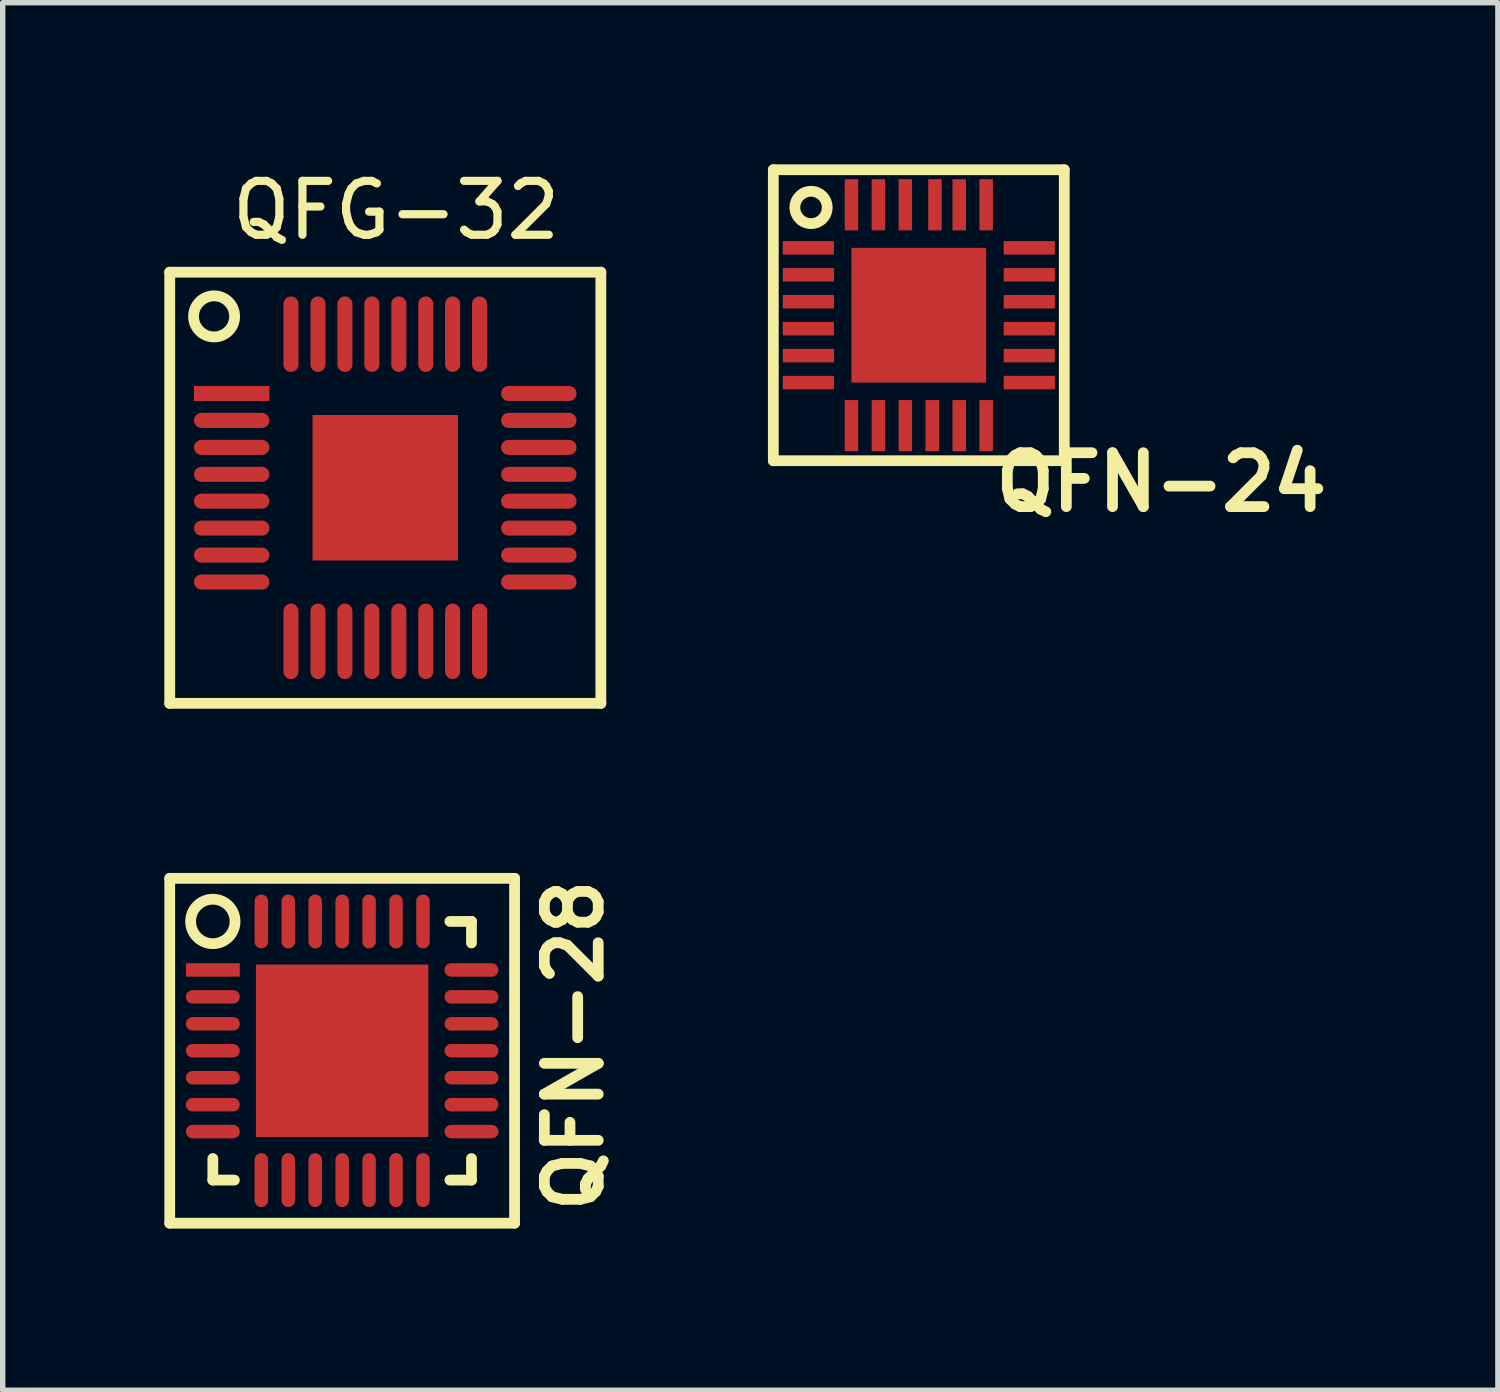
<source format=kicad_pcb>
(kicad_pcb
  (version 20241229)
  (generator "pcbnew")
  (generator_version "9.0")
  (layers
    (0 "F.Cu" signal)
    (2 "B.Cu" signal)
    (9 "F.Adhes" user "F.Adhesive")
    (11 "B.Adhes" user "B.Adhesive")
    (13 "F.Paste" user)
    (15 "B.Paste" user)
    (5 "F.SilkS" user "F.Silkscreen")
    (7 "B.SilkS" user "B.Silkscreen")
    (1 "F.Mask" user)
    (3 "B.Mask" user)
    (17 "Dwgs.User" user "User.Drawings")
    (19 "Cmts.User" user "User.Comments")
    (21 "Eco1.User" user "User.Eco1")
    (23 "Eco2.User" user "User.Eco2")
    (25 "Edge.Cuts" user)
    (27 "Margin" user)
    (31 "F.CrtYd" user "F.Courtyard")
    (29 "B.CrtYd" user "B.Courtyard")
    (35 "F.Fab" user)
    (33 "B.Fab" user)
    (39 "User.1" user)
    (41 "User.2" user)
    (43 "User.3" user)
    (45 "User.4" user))
  (footprint "QFN-28"
    (layer "F.Cu")
    (at 3.3 16.451)
    (property "Reference" "QFN-28" (at 4.3 -0.1 90) (layer "F.SilkS") (effects (font (size 1 1) (thickness 0.2))))
    (attr through_hole)
    (fp_line (start -3.2 -3.2) (end 3.2 -3.2) (stroke (width 0.2) (type solid)) (layer "F.SilkS"))
    (fp_line (start -3.2 3.2) (end -3.2 -3.2) (stroke (width 0.2) (type solid)) (layer "F.SilkS"))
    (fp_line (start -2.4 2.4) (end -2.4 2) (stroke (width 0.2) (type solid)) (layer "F.SilkS"))
    (fp_line (start -2 2.4) (end -2.4 2.4) (stroke (width 0.2) (type solid)) (layer "F.SilkS"))
    (fp_line (start 2 -2.4) (end 2.4 -2.4) (stroke (width 0.2) (type solid)) (layer "F.SilkS"))
    (fp_line (start 2 2.4) (end 2.4 2.4) (stroke (width 0.2) (type solid)) (layer "F.SilkS"))
    (fp_line (start 2.4 -2.4) (end 2.4 -2) (stroke (width 0.2) (type solid)) (layer "F.SilkS"))
    (fp_line (start 2.4 2.4) (end 2.4 2) (stroke (width 0.2) (type solid)) (layer "F.SilkS"))
    (fp_line (start 3.2 -3.2) (end 3.2 3.2) (stroke (width 0.2) (type solid)) (layer "F.SilkS"))
    (fp_line (start 3.2 3.2) (end -3.2 3.2) (stroke (width 0.2) (type solid)) (layer "F.SilkS"))
    (fp_circle (center -2.4 -2.4) (end -2 -2.3) (stroke (width 0.2) (type solid)) (fill no) (layer "F.SilkS"))
    (pad "1" smd rect (at -2.4 -1.5) (size 1 0.25) (layers "F.Cu" "F.Mask" "F.Paste"))
    (pad "2" smd oval (at -2.4 -1) (size 1 0.25) (layers "F.Cu" "F.Mask" "F.Paste"))
    (pad "3" smd oval (at -2.4 -0.5) (size 1 0.25) (layers "F.Cu" "F.Mask" "F.Paste"))
    (pad "4" smd oval (at -2.4 0) (size 1 0.25) (layers "F.Cu" "F.Mask" "F.Paste"))
    (pad "5" smd oval (at -2.4 0.5) (size 1 0.25) (layers "F.Cu" "F.Mask" "F.Paste"))
    (pad "6" smd oval (at -2.4 1) (size 1 0.25) (layers "F.Cu" "F.Mask" "F.Paste"))
    (pad "7" smd oval (at -2.4 1.5) (size 1 0.25) (layers "F.Cu" "F.Mask" "F.Paste"))
    (pad "8" smd oval (at -1.5 2.4) (size 0.25 1) (layers "F.Cu" "F.Mask" "F.Paste"))
    (pad "9" smd oval (at -1 2.4) (size 0.25 1) (layers "F.Cu" "F.Mask" "F.Paste"))
    (pad "10" smd oval (at -0.5 2.4) (size 0.25 1) (layers "F.Cu" "F.Mask" "F.Paste"))
    (pad "11" smd oval (at 0 2.4) (size 0.25 1) (layers "F.Cu" "F.Mask" "F.Paste"))
    (pad "12" smd oval (at 0.5 2.4) (size 0.25 1) (layers "F.Cu" "F.Mask" "F.Paste"))
    (pad "13" smd oval (at 1 2.4) (size 0.25 1) (layers "F.Cu" "F.Mask" "F.Paste"))
    (pad "14" smd oval (at 1.5 2.4) (size 0.25 1) (layers "F.Cu" "F.Mask" "F.Paste"))
    (pad "15" smd oval (at 2.4 1.5) (size 1 0.25) (layers "F.Cu" "F.Mask" "F.Paste"))
    (pad "16" smd oval (at 2.4 1) (size 1 0.25) (layers "F.Cu" "F.Mask" "F.Paste"))
    (pad "17" smd oval (at 2.4 0.5) (size 1 0.25) (layers "F.Cu" "F.Mask" "F.Paste"))
    (pad "18" smd oval (at 2.4 0) (size 1 0.25) (layers "F.Cu" "F.Mask" "F.Paste"))
    (pad "19" smd oval (at 2.4 -0.5) (size 1 0.25) (layers "F.Cu" "F.Mask" "F.Paste"))
    (pad "20" smd oval (at 2.4 -1) (size 1 0.25) (layers "F.Cu" "F.Mask" "F.Paste"))
    (pad "21" smd oval (at 2.4 -1.5) (size 1 0.25) (layers "F.Cu" "F.Mask" "F.Paste"))
    (pad "22" smd oval (at 1.5 -2.4) (size 0.25 1) (layers "F.Cu" "F.Mask" "F.Paste"))
    (pad "23" smd oval (at 1 -2.4) (size 0.25 1) (layers "F.Cu" "F.Mask" "F.Paste"))
    (pad "24" smd oval (at 0.5 -2.4) (size 0.25 1) (layers "F.Cu" "F.Mask" "F.Paste"))
    (pad "25" smd oval (at 0 -2.4) (size 0.25 1) (layers "F.Cu" "F.Mask" "F.Paste"))
    (pad "26" smd oval (at -0.5 -2.4) (size 0.25 1) (layers "F.Cu" "F.Mask" "F.Paste"))
    (pad "27" smd oval (at -1 -2.4) (size 0.25 1) (layers "F.Cu" "F.Mask" "F.Paste"))
    (pad "28" smd oval (at -1.5 -2.4) (size 0.25 1) (layers "F.Cu" "F.Mask" "F.Paste"))
    (pad "29" smd rect (at 0 0) (size 3.2 3.2) (layers "F.Cu" "F.Mask" "F.Paste")))
  (footprint "QFG-32"
    (layer "F.Cu")
    (at 1.601 4.252)
    (property "Reference" "QFG-32" (at 2.7 -3.4 0) (layer "F.SilkS") (effects (font (size 1 1) (thickness 0.152))))
    (attr smd)
    (fp_line (start -1.501 -2.25) (end 6.5 -2.25) (stroke (width 0.201) (type solid)) (layer "F.SilkS"))
    (fp_line (start -1.501 5.751) (end -1.501 -2.25) (stroke (width 0.201) (type solid)) (layer "F.SilkS"))
    (fp_line (start 6.5 -2.25) (end 6.5 5.751) (stroke (width 0.201) (type solid)) (layer "F.SilkS"))
    (fp_line (start 6.5 5.751) (end -1.501 5.751) (stroke (width 0.201) (type solid)) (layer "F.SilkS"))
    (fp_circle (center -0.678 -1.43) (end -0.297 -1.43) (stroke (width 0.201) (type solid)) (fill no) (layer "F.SilkS"))
    (pad "1" smd rect (at -0.351 0) (size 1.4 0.279) (layers "F.Cu" "F.Mask" "F.Paste"))
    (pad "2" smd oval (at -0.351 0.5) (size 1.4 0.279) (layers "F.Cu" "F.Mask" "F.Paste"))
    (pad "3" smd oval (at -0.351 1.001) (size 1.4 0.279) (layers "F.Cu" "F.Mask" "F.Paste"))
    (pad "4" smd oval (at -0.351 1.501) (size 1.4 0.279) (layers "F.Cu" "F.Mask" "F.Paste"))
    (pad "5" smd oval (at -0.351 1.999) (size 1.4 0.279) (layers "F.Cu" "F.Mask" "F.Paste"))
    (pad "6" smd oval (at -0.351 2.499) (size 1.4 0.279) (layers "F.Cu" "F.Mask" "F.Paste"))
    (pad "7" smd oval (at -0.351 3) (size 1.4 0.279) (layers "F.Cu" "F.Mask" "F.Paste"))
    (pad "8" smd oval (at -0.351 3.5) (size 1.4 0.279) (layers "F.Cu" "F.Mask" "F.Paste"))
    (pad "9" smd oval (at 0.749 4.6 90) (size 1.4 0.279) (layers "F.Cu" "F.Mask" "F.Paste"))
    (pad "10" smd oval (at 1.25 4.6 90) (size 1.4 0.279) (layers "F.Cu" "F.Mask" "F.Paste"))
    (pad "11" smd oval (at 1.75 4.6 90) (size 1.4 0.279) (layers "F.Cu" "F.Mask" "F.Paste"))
    (pad "12" smd oval (at 2.25 4.6 90) (size 1.4 0.279) (layers "F.Cu" "F.Mask" "F.Paste"))
    (pad "13" smd oval (at 2.751 4.6 90) (size 1.4 0.279) (layers "F.Cu" "F.Mask" "F.Paste"))
    (pad "14" smd oval (at 3.251 4.6 90) (size 1.4 0.279) (layers "F.Cu" "F.Mask" "F.Paste"))
    (pad "15" smd oval (at 3.749 4.6 90) (size 1.4 0.279) (layers "F.Cu" "F.Mask" "F.Paste"))
    (pad "16" smd oval (at 4.249 4.6 90) (size 1.4 0.279) (layers "F.Cu" "F.Mask" "F.Paste"))
    (pad "17" smd oval (at 5.349 3.5) (size 1.4 0.279) (layers "F.Cu" "F.Mask" "F.Paste"))
    (pad "18" smd oval (at 5.349 3) (size 1.4 0.279) (layers "F.Cu" "F.Mask" "F.Paste"))
    (pad "19" smd oval (at 5.349 2.499) (size 1.4 0.279) (layers "F.Cu" "F.Mask" "F.Paste"))
    (pad "20" smd oval (at 5.349 1.999) (size 1.4 0.279) (layers "F.Cu" "F.Mask" "F.Paste"))
    (pad "21" smd oval (at 5.349 1.501) (size 1.4 0.279) (layers "F.Cu" "F.Mask" "F.Paste"))
    (pad "22" smd oval (at 5.349 1.001) (size 1.4 0.279) (layers "F.Cu" "F.Mask" "F.Paste"))
    (pad "23" smd oval (at 5.349 0.5) (size 1.4 0.279) (layers "F.Cu" "F.Mask" "F.Paste"))
    (pad "24" smd oval (at 5.349 0) (size 1.4 0.279) (layers "F.Cu" "F.Mask" "F.Paste"))
    (pad "25" smd oval (at 4.249 -1.1 90) (size 1.4 0.279) (layers "F.Cu" "F.Mask" "F.Paste"))
    (pad "26" smd oval (at 3.749 -1.1 90) (size 1.4 0.279) (layers "F.Cu" "F.Mask" "F.Paste"))
    (pad "27" smd oval (at 3.251 -1.1 90) (size 1.4 0.279) (layers "F.Cu" "F.Mask" "F.Paste"))
    (pad "28" smd oval (at 2.751 -1.1 90) (size 1.4 0.279) (layers "F.Cu" "F.Mask" "F.Paste"))
    (pad "29" smd oval (at 2.25 -1.1 90) (size 1.4 0.279) (layers "F.Cu" "F.Mask" "F.Paste"))
    (pad "30" smd oval (at 1.75 -1.1 90) (size 1.4 0.279) (layers "F.Cu" "F.Mask" "F.Paste"))
    (pad "31" smd oval (at 1.25 -1.1 90) (size 1.4 0.279) (layers "F.Cu" "F.Mask" "F.Paste"))
    (pad "32" smd oval (at 0.749 -1.1 90) (size 1.4 0.279) (layers "F.Cu" "F.Mask" "F.Paste"))
    (pad "33" smd rect (at 2.499 1.75) (size 2.7 2.7) (layers "F.Cu" "F.Mask" "F.Paste")))
  (footprint "QFN-24"
    (layer "F.Cu")
    (at 14.002 2.8)
    (property "Reference" "QFN-24" (at 4.5 3.1 0) (layer "F.SilkS") (effects (font (size 1 1) (thickness 0.2))))
    (attr through_hole)
    (fp_line (start -2.7 -2.7) (end 2.7 -2.7) (stroke (width 0.2) (type solid)) (layer "F.SilkS"))
    (fp_line (start -2.7 2.7) (end -2.7 -2.7) (stroke (width 0.2) (type solid)) (layer "F.SilkS"))
    (fp_line (start 2.7 -2.7) (end 2.7 2.7) (stroke (width 0.2) (type solid)) (layer "F.SilkS"))
    (fp_line (start 2.7 2.7) (end -2.7 2.7) (stroke (width 0.2) (type solid)) (layer "F.SilkS"))
    (fp_circle (center -2 -2) (end -1.7 -2) (stroke (width 0.2) (type solid)) (fill no) (layer "F.SilkS"))
    (pad "1" smd rect (at -2.05 -1.25) (size 0.95 0.25) (layers "F.Cu" "F.Mask" "F.Paste"))
    (pad "2" smd rect (at -2.05 -0.75) (size 0.95 0.25) (layers "F.Cu" "F.Mask" "F.Paste"))
    (pad "3" smd rect (at -2.05 -0.25) (size 0.95 0.25) (layers "F.Cu" "F.Mask" "F.Paste"))
    (pad "4" smd rect (at -2.05 0.25) (size 0.95 0.25) (layers "F.Cu" "F.Mask" "F.Paste"))
    (pad "5" smd rect (at -2.05 0.75) (size 0.95 0.25) (layers "F.Cu" "F.Mask" "F.Paste"))
    (pad "6" smd rect (at -2.05 1.25) (size 0.95 0.25) (layers "F.Cu" "F.Mask" "F.Paste"))
    (pad "7" smd rect (at -1.25 2.05) (size 0.25 0.95) (layers "F.Cu" "F.Mask" "F.Paste"))
    (pad "8" smd rect (at -0.75 2.05) (size 0.25 0.95) (layers "F.Cu" "F.Mask" "F.Paste"))
    (pad "9" smd rect (at -0.25 2.05) (size 0.25 0.95) (layers "F.Cu" "F.Mask" "F.Paste"))
    (pad "10" smd rect (at 0.25 2.05) (size 0.25 0.95) (layers "F.Cu" "F.Mask" "F.Paste"))
    (pad "11" smd rect (at 0.75 2.05) (size 0.25 0.95) (layers "F.Cu" "F.Mask" "F.Paste"))
    (pad "12" smd rect (at 1.25 2.05) (size 0.25 0.95) (layers "F.Cu" "F.Mask" "F.Paste"))
    (pad "13" smd rect (at 2.05 1.25) (size 0.95 0.25) (layers "F.Cu" "F.Mask" "F.Paste"))
    (pad "14" smd rect (at 2.05 0.75) (size 0.95 0.25) (layers "F.Cu" "F.Mask" "F.Paste"))
    (pad "15" smd rect (at 2.05 0.25) (size 0.95 0.25) (layers "F.Cu" "F.Mask" "F.Paste"))
    (pad "16" smd rect (at 2.05 -0.25) (size 0.95 0.25) (layers "F.Cu" "F.Mask" "F.Paste"))
    (pad "17" smd rect (at 2.05 -0.75) (size 0.95 0.25) (layers "F.Cu" "F.Mask" "F.Paste"))
    (pad "18" smd rect (at 2.05 -1.25) (size 0.95 0.25) (layers "F.Cu" "F.Mask" "F.Paste"))
    (pad "19" smd rect (at 1.25 -2.05) (size 0.25 0.95) (layers "F.Cu" "F.Mask" "F.Paste"))
    (pad "20" smd rect (at 0.75 -2.05) (size 0.25 0.95) (layers "F.Cu" "F.Mask" "F.Paste"))
    (pad "21" smd rect (at 0.3 -2.05) (size 0.25 0.95) (layers "F.Cu" "F.Mask" "F.Paste"))
    (pad "22" smd rect (at -0.25 -2.05) (size 0.25 0.95) (layers "F.Cu" "F.Mask" "F.Paste"))
    (pad "23" smd rect (at -0.75 -2.05) (size 0.25 0.95) (layers "F.Cu" "F.Mask" "F.Paste"))
    (pad "24" smd rect (at -1.25 -2.05) (size 0.25 0.95) (layers "F.Cu" "F.Mask" "F.Paste"))
    (pad "25" smd rect (at 0 0) (size 2.5 2.5) (layers "F.Cu" "F.Mask" "F.Paste")))
  (gr_rect
    (start -3 -3)
    (end 24.749 22.751)
    (stroke (width 0.1) (type default))
    (fill no)
    (layer "Edge.Cuts")))
</source>
